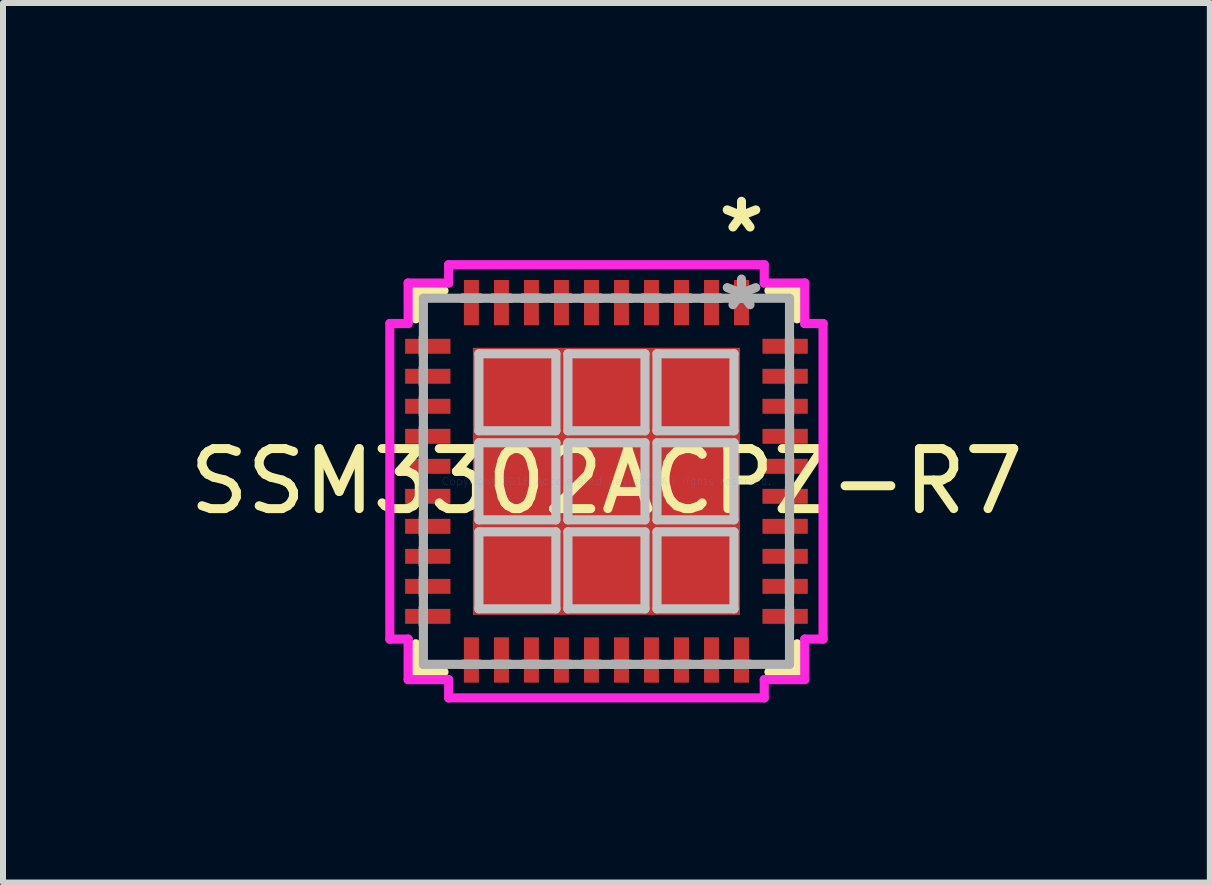
<source format=kicad_pcb>
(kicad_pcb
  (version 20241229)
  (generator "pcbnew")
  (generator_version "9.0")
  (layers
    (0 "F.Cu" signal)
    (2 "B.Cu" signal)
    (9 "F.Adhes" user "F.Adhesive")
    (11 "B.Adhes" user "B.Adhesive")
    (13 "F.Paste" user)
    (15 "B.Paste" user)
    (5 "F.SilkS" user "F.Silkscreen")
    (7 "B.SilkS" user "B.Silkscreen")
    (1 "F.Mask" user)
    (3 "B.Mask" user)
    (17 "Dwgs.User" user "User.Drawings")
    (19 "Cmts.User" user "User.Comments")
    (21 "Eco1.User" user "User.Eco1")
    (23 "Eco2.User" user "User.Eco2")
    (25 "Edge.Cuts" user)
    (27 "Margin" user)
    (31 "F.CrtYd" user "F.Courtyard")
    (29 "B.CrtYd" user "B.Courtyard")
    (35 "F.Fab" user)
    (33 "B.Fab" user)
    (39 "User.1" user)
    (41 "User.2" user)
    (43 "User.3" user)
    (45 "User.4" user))
  (footprint "SSM3302ACPZ-R7"
    (layer "F.Cu")
    (at 7.054 4.969)
    (property "Reference" "SSM3302ACPZ-R7" (at 0 0 0) (layer "F.SilkS") (effects (font (size 1 1) (thickness 0.15))))
    (attr through_hole)
    (fp_line (start -3.177 -3.177) (end -3.177 -2.707) (stroke (width 0.152) (type solid)) (layer "F.SilkS"))
    (fp_line (start -3.177 2.707) (end -3.177 3.177) (stroke (width 0.152) (type solid)) (layer "F.SilkS"))
    (fp_line (start -3.177 3.177) (end -2.707 3.177) (stroke (width 0.152) (type solid)) (layer "F.SilkS"))
    (fp_line (start -2.707 -3.177) (end -3.177 -3.177) (stroke (width 0.152) (type solid)) (layer "F.SilkS"))
    (fp_line (start 2.707 3.177) (end 3.177 3.177) (stroke (width 0.152) (type solid)) (layer "F.SilkS"))
    (fp_line (start 3.177 -3.177) (end 2.707 -3.177) (stroke (width 0.152) (type solid)) (layer "F.SilkS"))
    (fp_line (start 3.177 -2.707) (end 3.177 -3.177) (stroke (width 0.152) (type solid)) (layer "F.SilkS"))
    (fp_line (start 3.177 3.177) (end 3.177 2.707) (stroke (width 0.152) (type solid)) (layer "F.SilkS"))
    (fp_line (start -2.125 -2.125) (end -2.125 -0.842) (stroke (width 0.152) (type solid)) (layer "Dwgs.User"))
    (fp_line (start -2.125 -0.842) (end -0.842 -0.842) (stroke (width 0.152) (type solid)) (layer "Dwgs.User"))
    (fp_line (start -2.125 -0.642) (end -2.125 0.642) (stroke (width 0.152) (type solid)) (layer "Dwgs.User"))
    (fp_line (start -2.125 0.642) (end -0.842 0.642) (stroke (width 0.152) (type solid)) (layer "Dwgs.User"))
    (fp_line (start -2.125 0.842) (end -2.125 2.125) (stroke (width 0.152) (type solid)) (layer "Dwgs.User"))
    (fp_line (start -2.125 2.125) (end -0.842 2.125) (stroke (width 0.152) (type solid)) (layer "Dwgs.User"))
    (fp_line (start -0.842 -2.125) (end -2.125 -2.125) (stroke (width 0.152) (type solid)) (layer "Dwgs.User"))
    (fp_line (start -0.842 -0.842) (end -0.842 -2.125) (stroke (width 0.152) (type solid)) (layer "Dwgs.User"))
    (fp_line (start -0.842 -0.642) (end -2.125 -0.642) (stroke (width 0.152) (type solid)) (layer "Dwgs.User"))
    (fp_line (start -0.842 0.642) (end -0.842 -0.642) (stroke (width 0.152) (type solid)) (layer "Dwgs.User"))
    (fp_line (start -0.842 0.842) (end -2.125 0.842) (stroke (width 0.152) (type solid)) (layer "Dwgs.User"))
    (fp_line (start -0.842 2.125) (end -0.842 0.842) (stroke (width 0.152) (type solid)) (layer "Dwgs.User"))
    (fp_line (start -0.642 -2.125) (end -0.642 -0.842) (stroke (width 0.152) (type solid)) (layer "Dwgs.User"))
    (fp_line (start -0.642 -0.842) (end 0.642 -0.842) (stroke (width 0.152) (type solid)) (layer "Dwgs.User"))
    (fp_line (start -0.642 -0.642) (end -0.642 0.642) (stroke (width 0.152) (type solid)) (layer "Dwgs.User"))
    (fp_line (start -0.642 0.642) (end 0.642 0.642) (stroke (width 0.152) (type solid)) (layer "Dwgs.User"))
    (fp_line (start -0.642 0.842) (end -0.642 2.125) (stroke (width 0.152) (type solid)) (layer "Dwgs.User"))
    (fp_line (start -0.642 2.125) (end 0.642 2.125) (stroke (width 0.152) (type solid)) (layer "Dwgs.User"))
    (fp_line (start 0.642 -2.125) (end -0.642 -2.125) (stroke (width 0.152) (type solid)) (layer "Dwgs.User"))
    (fp_line (start 0.642 -0.842) (end 0.642 -2.125) (stroke (width 0.152) (type solid)) (layer "Dwgs.User"))
    (fp_line (start 0.642 -0.642) (end -0.642 -0.642) (stroke (width 0.152) (type solid)) (layer "Dwgs.User"))
    (fp_line (start 0.642 0.642) (end 0.642 -0.642) (stroke (width 0.152) (type solid)) (layer "Dwgs.User"))
    (fp_line (start 0.642 0.842) (end -0.642 0.842) (stroke (width 0.152) (type solid)) (layer "Dwgs.User"))
    (fp_line (start 0.642 2.125) (end 0.642 0.842) (stroke (width 0.152) (type solid)) (layer "Dwgs.User"))
    (fp_line (start 0.842 -2.125) (end 0.842 -0.842) (stroke (width 0.152) (type solid)) (layer "Dwgs.User"))
    (fp_line (start 0.842 -0.842) (end 2.125 -0.842) (stroke (width 0.152) (type solid)) (layer "Dwgs.User"))
    (fp_line (start 0.842 -0.642) (end 0.842 0.642) (stroke (width 0.152) (type solid)) (layer "Dwgs.User"))
    (fp_line (start 0.842 0.642) (end 2.125 0.642) (stroke (width 0.152) (type solid)) (layer "Dwgs.User"))
    (fp_line (start 0.842 0.842) (end 0.842 2.125) (stroke (width 0.152) (type solid)) (layer "Dwgs.User"))
    (fp_line (start 0.842 2.125) (end 2.125 2.125) (stroke (width 0.152) (type solid)) (layer "Dwgs.User"))
    (fp_line (start 2.125 -2.125) (end 0.842 -2.125) (stroke (width 0.152) (type solid)) (layer "Dwgs.User"))
    (fp_line (start 2.125 -0.842) (end 2.125 -2.125) (stroke (width 0.152) (type solid)) (layer "Dwgs.User"))
    (fp_line (start 2.125 -0.642) (end 0.842 -0.642) (stroke (width 0.152) (type solid)) (layer "Dwgs.User"))
    (fp_line (start 2.125 0.642) (end 2.125 -0.642) (stroke (width 0.152) (type solid)) (layer "Dwgs.User"))
    (fp_line (start 2.125 0.842) (end 0.842 0.842) (stroke (width 0.152) (type solid)) (layer "Dwgs.User"))
    (fp_line (start 2.125 2.125) (end 2.125 0.842) (stroke (width 0.152) (type solid)) (layer "Dwgs.User"))
    (fp_line (start -3.609 -2.629) (end -3.304 -2.629) (stroke (width 0.152) (type solid)) (layer "F.CrtYd"))
    (fp_line (start -3.609 2.629) (end -3.609 -2.629) (stroke (width 0.152) (type solid)) (layer "F.CrtYd"))
    (fp_line (start -3.304 -3.304) (end -2.629 -3.304) (stroke (width 0.152) (type solid)) (layer "F.CrtYd"))
    (fp_line (start -3.304 -2.629) (end -3.304 -3.304) (stroke (width 0.152) (type solid)) (layer "F.CrtYd"))
    (fp_line (start -3.304 2.629) (end -3.609 2.629) (stroke (width 0.152) (type solid)) (layer "F.CrtYd"))
    (fp_line (start -3.304 3.304) (end -3.304 2.629) (stroke (width 0.152) (type solid)) (layer "F.CrtYd"))
    (fp_line (start -2.629 -3.609) (end 2.629 -3.609) (stroke (width 0.152) (type solid)) (layer "F.CrtYd"))
    (fp_line (start -2.629 -3.304) (end -2.629 -3.609) (stroke (width 0.152) (type solid)) (layer "F.CrtYd"))
    (fp_line (start -2.629 3.304) (end -3.304 3.304) (stroke (width 0.152) (type solid)) (layer "F.CrtYd"))
    (fp_line (start -2.629 3.609) (end -2.629 3.304) (stroke (width 0.152) (type solid)) (layer "F.CrtYd"))
    (fp_line (start 2.629 -3.609) (end 2.629 -3.304) (stroke (width 0.152) (type solid)) (layer "F.CrtYd"))
    (fp_line (start 2.629 -3.304) (end 3.304 -3.304) (stroke (width 0.152) (type solid)) (layer "F.CrtYd"))
    (fp_line (start 2.629 3.304) (end 2.629 3.609) (stroke (width 0.152) (type solid)) (layer "F.CrtYd"))
    (fp_line (start 2.629 3.609) (end -2.629 3.609) (stroke (width 0.152) (type solid)) (layer "F.CrtYd"))
    (fp_line (start 3.304 -3.304) (end 3.304 -2.629) (stroke (width 0.152) (type solid)) (layer "F.CrtYd"))
    (fp_line (start 3.304 -2.629) (end 3.609 -2.629) (stroke (width 0.152) (type solid)) (layer "F.CrtYd"))
    (fp_line (start 3.304 2.629) (end 3.304 3.304) (stroke (width 0.152) (type solid)) (layer "F.CrtYd"))
    (fp_line (start 3.304 3.304) (end 2.629 3.304) (stroke (width 0.152) (type solid)) (layer "F.CrtYd"))
    (fp_line (start 3.609 -2.629) (end 3.609 2.629) (stroke (width 0.152) (type solid)) (layer "F.CrtYd"))
    (fp_line (start 3.609 2.629) (end 3.304 2.629) (stroke (width 0.152) (type solid)) (layer "F.CrtYd"))
    (fp_line (start -3.05 -3.05) (end -3.05 3.05) (stroke (width 0.152) (type solid)) (layer "F.Fab"))
    (fp_line (start -3.05 -2.4) (end -3.05 -2.4) (stroke (width 0.152) (type solid)) (layer "F.Fab"))
    (fp_line (start -3.05 -2.4) (end -3.05 -2.1) (stroke (width 0.152) (type solid)) (layer "F.Fab"))
    (fp_line (start -3.05 -2.1) (end -3.05 -2.4) (stroke (width 0.152) (type solid)) (layer "F.Fab"))
    (fp_line (start -3.05 -2.1) (end -3.05 -2.1) (stroke (width 0.152) (type solid)) (layer "F.Fab"))
    (fp_line (start -3.05 -1.9) (end -3.05 -1.9) (stroke (width 0.152) (type solid)) (layer "F.Fab"))
    (fp_line (start -3.05 -1.9) (end -3.05 -1.6) (stroke (width 0.152) (type solid)) (layer "F.Fab"))
    (fp_line (start -3.05 -1.6) (end -3.05 -1.9) (stroke (width 0.152) (type solid)) (layer "F.Fab"))
    (fp_line (start -3.05 -1.6) (end -3.05 -1.6) (stroke (width 0.152) (type solid)) (layer "F.Fab"))
    (fp_line (start -3.05 -1.4) (end -3.05 -1.4) (stroke (width 0.152) (type solid)) (layer "F.Fab"))
    (fp_line (start -3.05 -1.4) (end -3.05 -1.1) (stroke (width 0.152) (type solid)) (layer "F.Fab"))
    (fp_line (start -3.05 -1.1) (end -3.05 -1.4) (stroke (width 0.152) (type solid)) (layer "F.Fab"))
    (fp_line (start -3.05 -1.1) (end -3.05 -1.1) (stroke (width 0.152) (type solid)) (layer "F.Fab"))
    (fp_line (start -3.05 -0.9) (end -3.05 -0.9) (stroke (width 0.152) (type solid)) (layer "F.Fab"))
    (fp_line (start -3.05 -0.9) (end -3.05 -0.6) (stroke (width 0.152) (type solid)) (layer "F.Fab"))
    (fp_line (start -3.05 -0.6) (end -3.05 -0.9) (stroke (width 0.152) (type solid)) (layer "F.Fab"))
    (fp_line (start -3.05 -0.6) (end -3.05 -0.6) (stroke (width 0.152) (type solid)) (layer "F.Fab"))
    (fp_line (start -3.05 -0.4) (end -3.05 -0.4) (stroke (width 0.152) (type solid)) (layer "F.Fab"))
    (fp_line (start -3.05 -0.4) (end -3.05 -0.1) (stroke (width 0.152) (type solid)) (layer "F.Fab"))
    (fp_line (start -3.05 -0.1) (end -3.05 -0.4) (stroke (width 0.152) (type solid)) (layer "F.Fab"))
    (fp_line (start -3.05 -0.1) (end -3.05 -0.1) (stroke (width 0.152) (type solid)) (layer "F.Fab"))
    (fp_line (start -3.05 0.1) (end -3.05 0.1) (stroke (width 0.152) (type solid)) (layer "F.Fab"))
    (fp_line (start -3.05 0.1) (end -3.05 0.4) (stroke (width 0.152) (type solid)) (layer "F.Fab"))
    (fp_line (start -3.05 0.4) (end -3.05 0.1) (stroke (width 0.152) (type solid)) (layer "F.Fab"))
    (fp_line (start -3.05 0.4) (end -3.05 0.4) (stroke (width 0.152) (type solid)) (layer "F.Fab"))
    (fp_line (start -3.05 0.6) (end -3.05 0.6) (stroke (width 0.152) (type solid)) (layer "F.Fab"))
    (fp_line (start -3.05 0.6) (end -3.05 0.9) (stroke (width 0.152) (type solid)) (layer "F.Fab"))
    (fp_line (start -3.05 0.9) (end -3.05 0.6) (stroke (width 0.152) (type solid)) (layer "F.Fab"))
    (fp_line (start -3.05 0.9) (end -3.05 0.9) (stroke (width 0.152) (type solid)) (layer "F.Fab"))
    (fp_line (start -3.05 1.1) (end -3.05 1.1) (stroke (width 0.152) (type solid)) (layer "F.Fab"))
    (fp_line (start -3.05 1.1) (end -3.05 1.4) (stroke (width 0.152) (type solid)) (layer "F.Fab"))
    (fp_line (start -3.05 1.4) (end -3.05 1.1) (stroke (width 0.152) (type solid)) (layer "F.Fab"))
    (fp_line (start -3.05 1.4) (end -3.05 1.4) (stroke (width 0.152) (type solid)) (layer "F.Fab"))
    (fp_line (start -3.05 1.6) (end -3.05 1.6) (stroke (width 0.152) (type solid)) (layer "F.Fab"))
    (fp_line (start -3.05 1.6) (end -3.05 1.9) (stroke (width 0.152) (type solid)) (layer "F.Fab"))
    (fp_line (start -3.05 1.9) (end -3.05 1.6) (stroke (width 0.152) (type solid)) (layer "F.Fab"))
    (fp_line (start -3.05 1.9) (end -3.05 1.9) (stroke (width 0.152) (type solid)) (layer "F.Fab"))
    (fp_line (start -3.05 2.1) (end -3.05 2.1) (stroke (width 0.152) (type solid)) (layer "F.Fab"))
    (fp_line (start -3.05 2.1) (end -3.05 2.4) (stroke (width 0.152) (type solid)) (layer "F.Fab"))
    (fp_line (start -3.05 2.4) (end -3.05 2.1) (stroke (width 0.152) (type solid)) (layer "F.Fab"))
    (fp_line (start -3.05 2.4) (end -3.05 2.4) (stroke (width 0.152) (type solid)) (layer "F.Fab"))
    (fp_line (start -3.05 3.05) (end 3.05 3.05) (stroke (width 0.152) (type solid)) (layer "F.Fab"))
    (fp_line (start -2.4 -3.05) (end -2.4 -3.05) (stroke (width 0.152) (type solid)) (layer "F.Fab"))
    (fp_line (start -2.4 -3.05) (end -2.1 -3.05) (stroke (width 0.152) (type solid)) (layer "F.Fab"))
    (fp_line (start -2.4 3.05) (end -2.4 3.05) (stroke (width 0.152) (type solid)) (layer "F.Fab"))
    (fp_line (start -2.4 3.05) (end -2.1 3.05) (stroke (width 0.152) (type solid)) (layer "F.Fab"))
    (fp_line (start -2.1 -3.05) (end -2.4 -3.05) (stroke (width 0.152) (type solid)) (layer "F.Fab"))
    (fp_line (start -2.1 -3.05) (end -2.1 -3.05) (stroke (width 0.152) (type solid)) (layer "F.Fab"))
    (fp_line (start -2.1 3.05) (end -2.4 3.05) (stroke (width 0.152) (type solid)) (layer "F.Fab"))
    (fp_line (start -2.1 3.05) (end -2.1 3.05) (stroke (width 0.152) (type solid)) (layer "F.Fab"))
    (fp_line (start -1.9 -3.05) (end -1.9 -3.05) (stroke (width 0.152) (type solid)) (layer "F.Fab"))
    (fp_line (start -1.9 -3.05) (end -1.6 -3.05) (stroke (width 0.152) (type solid)) (layer "F.Fab"))
    (fp_line (start -1.9 3.05) (end -1.9 3.05) (stroke (width 0.152) (type solid)) (layer "F.Fab"))
    (fp_line (start -1.9 3.05) (end -1.6 3.05) (stroke (width 0.152) (type solid)) (layer "F.Fab"))
    (fp_line (start -1.6 -3.05) (end -1.9 -3.05) (stroke (width 0.152) (type solid)) (layer "F.Fab"))
    (fp_line (start -1.6 -3.05) (end -1.6 -3.05) (stroke (width 0.152) (type solid)) (layer "F.Fab"))
    (fp_line (start -1.6 3.05) (end -1.9 3.05) (stroke (width 0.152) (type solid)) (layer "F.Fab"))
    (fp_line (start -1.6 3.05) (end -1.6 3.05) (stroke (width 0.152) (type solid)) (layer "F.Fab"))
    (fp_line (start -1.4 -3.05) (end -1.4 -3.05) (stroke (width 0.152) (type solid)) (layer "F.Fab"))
    (fp_line (start -1.4 -3.05) (end -1.1 -3.05) (stroke (width 0.152) (type solid)) (layer "F.Fab"))
    (fp_line (start -1.4 3.05) (end -1.4 3.05) (stroke (width 0.152) (type solid)) (layer "F.Fab"))
    (fp_line (start -1.4 3.05) (end -1.1 3.05) (stroke (width 0.152) (type solid)) (layer "F.Fab"))
    (fp_line (start -1.1 -3.05) (end -1.4 -3.05) (stroke (width 0.152) (type solid)) (layer "F.Fab"))
    (fp_line (start -1.1 -3.05) (end -1.1 -3.05) (stroke (width 0.152) (type solid)) (layer "F.Fab"))
    (fp_line (start -1.1 3.05) (end -1.4 3.05) (stroke (width 0.152) (type solid)) (layer "F.Fab"))
    (fp_line (start -1.1 3.05) (end -1.1 3.05) (stroke (width 0.152) (type solid)) (layer "F.Fab"))
    (fp_line (start -0.9 -3.05) (end -0.9 -3.05) (stroke (width 0.152) (type solid)) (layer "F.Fab"))
    (fp_line (start -0.9 -3.05) (end -0.6 -3.05) (stroke (width 0.152) (type solid)) (layer "F.Fab"))
    (fp_line (start -0.9 3.05) (end -0.9 3.05) (stroke (width 0.152) (type solid)) (layer "F.Fab"))
    (fp_line (start -0.9 3.05) (end -0.6 3.05) (stroke (width 0.152) (type solid)) (layer "F.Fab"))
    (fp_line (start -0.6 -3.05) (end -0.9 -3.05) (stroke (width 0.152) (type solid)) (layer "F.Fab"))
    (fp_line (start -0.6 -3.05) (end -0.6 -3.05) (stroke (width 0.152) (type solid)) (layer "F.Fab"))
    (fp_line (start -0.6 3.05) (end -0.9 3.05) (stroke (width 0.152) (type solid)) (layer "F.Fab"))
    (fp_line (start -0.6 3.05) (end -0.6 3.05) (stroke (width 0.152) (type solid)) (layer "F.Fab"))
    (fp_line (start -0.4 -3.05) (end -0.4 -3.05) (stroke (width 0.152) (type solid)) (layer "F.Fab"))
    (fp_line (start -0.4 -3.05) (end -0.1 -3.05) (stroke (width 0.152) (type solid)) (layer "F.Fab"))
    (fp_line (start -0.4 3.05) (end -0.4 3.05) (stroke (width 0.152) (type solid)) (layer "F.Fab"))
    (fp_line (start -0.4 3.05) (end -0.1 3.05) (stroke (width 0.152) (type solid)) (layer "F.Fab"))
    (fp_line (start -0.1 -3.05) (end -0.4 -3.05) (stroke (width 0.152) (type solid)) (layer "F.Fab"))
    (fp_line (start -0.1 -3.05) (end -0.1 -3.05) (stroke (width 0.152) (type solid)) (layer "F.Fab"))
    (fp_line (start -0.1 3.05) (end -0.4 3.05) (stroke (width 0.152) (type solid)) (layer "F.Fab"))
    (fp_line (start -0.1 3.05) (end -0.1 3.05) (stroke (width 0.152) (type solid)) (layer "F.Fab"))
    (fp_line (start 0.1 -3.05) (end 0.1 -3.05) (stroke (width 0.152) (type solid)) (layer "F.Fab"))
    (fp_line (start 0.1 -3.05) (end 0.4 -3.05) (stroke (width 0.152) (type solid)) (layer "F.Fab"))
    (fp_line (start 0.1 3.05) (end 0.1 3.05) (stroke (width 0.152) (type solid)) (layer "F.Fab"))
    (fp_line (start 0.1 3.05) (end 0.4 3.05) (stroke (width 0.152) (type solid)) (layer "F.Fab"))
    (fp_line (start 0.4 -3.05) (end 0.1 -3.05) (stroke (width 0.152) (type solid)) (layer "F.Fab"))
    (fp_line (start 0.4 -3.05) (end 0.4 -3.05) (stroke (width 0.152) (type solid)) (layer "F.Fab"))
    (fp_line (start 0.4 3.05) (end 0.1 3.05) (stroke (width 0.152) (type solid)) (layer "F.Fab"))
    (fp_line (start 0.4 3.05) (end 0.4 3.05) (stroke (width 0.152) (type solid)) (layer "F.Fab"))
    (fp_line (start 0.6 -3.05) (end 0.6 -3.05) (stroke (width 0.152) (type solid)) (layer "F.Fab"))
    (fp_line (start 0.6 -3.05) (end 0.9 -3.05) (stroke (width 0.152) (type solid)) (layer "F.Fab"))
    (fp_line (start 0.6 3.05) (end 0.6 3.05) (stroke (width 0.152) (type solid)) (layer "F.Fab"))
    (fp_line (start 0.6 3.05) (end 0.9 3.05) (stroke (width 0.152) (type solid)) (layer "F.Fab"))
    (fp_line (start 0.9 -3.05) (end 0.6 -3.05) (stroke (width 0.152) (type solid)) (layer "F.Fab"))
    (fp_line (start 0.9 -3.05) (end 0.9 -3.05) (stroke (width 0.152) (type solid)) (layer "F.Fab"))
    (fp_line (start 0.9 3.05) (end 0.6 3.05) (stroke (width 0.152) (type solid)) (layer "F.Fab"))
    (fp_line (start 0.9 3.05) (end 0.9 3.05) (stroke (width 0.152) (type solid)) (layer "F.Fab"))
    (fp_line (start 1.1 -3.05) (end 1.1 -3.05) (stroke (width 0.152) (type solid)) (layer "F.Fab"))
    (fp_line (start 1.1 -3.05) (end 1.4 -3.05) (stroke (width 0.152) (type solid)) (layer "F.Fab"))
    (fp_line (start 1.1 3.05) (end 1.1 3.05) (stroke (width 0.152) (type solid)) (layer "F.Fab"))
    (fp_line (start 1.1 3.05) (end 1.4 3.05) (stroke (width 0.152) (type solid)) (layer "F.Fab"))
    (fp_line (start 1.4 -3.05) (end 1.1 -3.05) (stroke (width 0.152) (type solid)) (layer "F.Fab"))
    (fp_line (start 1.4 -3.05) (end 1.4 -3.05) (stroke (width 0.152) (type solid)) (layer "F.Fab"))
    (fp_line (start 1.4 3.05) (end 1.1 3.05) (stroke (width 0.152) (type solid)) (layer "F.Fab"))
    (fp_line (start 1.4 3.05) (end 1.4 3.05) (stroke (width 0.152) (type solid)) (layer "F.Fab"))
    (fp_line (start 1.6 -3.05) (end 1.6 -3.05) (stroke (width 0.152) (type solid)) (layer "F.Fab"))
    (fp_line (start 1.6 -3.05) (end 1.9 -3.05) (stroke (width 0.152) (type solid)) (layer "F.Fab"))
    (fp_line (start 1.6 3.05) (end 1.6 3.05) (stroke (width 0.152) (type solid)) (layer "F.Fab"))
    (fp_line (start 1.6 3.05) (end 1.9 3.05) (stroke (width 0.152) (type solid)) (layer "F.Fab"))
    (fp_line (start 1.9 -3.05) (end 1.6 -3.05) (stroke (width 0.152) (type solid)) (layer "F.Fab"))
    (fp_line (start 1.9 -3.05) (end 1.9 -3.05) (stroke (width 0.152) (type solid)) (layer "F.Fab"))
    (fp_line (start 1.9 3.05) (end 1.6 3.05) (stroke (width 0.152) (type solid)) (layer "F.Fab"))
    (fp_line (start 1.9 3.05) (end 1.9 3.05) (stroke (width 0.152) (type solid)) (layer "F.Fab"))
    (fp_line (start 2.1 -3.05) (end 2.1 -3.05) (stroke (width 0.152) (type solid)) (layer "F.Fab"))
    (fp_line (start 2.1 -3.05) (end 2.4 -3.05) (stroke (width 0.152) (type solid)) (layer "F.Fab"))
    (fp_line (start 2.1 3.05) (end 2.1 3.05) (stroke (width 0.152) (type solid)) (layer "F.Fab"))
    (fp_line (start 2.1 3.05) (end 2.4 3.05) (stroke (width 0.152) (type solid)) (layer "F.Fab"))
    (fp_line (start 2.4 -3.05) (end 2.1 -3.05) (stroke (width 0.152) (type solid)) (layer "F.Fab"))
    (fp_line (start 2.4 -3.05) (end 2.4 -3.05) (stroke (width 0.152) (type solid)) (layer "F.Fab"))
    (fp_line (start 2.4 3.05) (end 2.1 3.05) (stroke (width 0.152) (type solid)) (layer "F.Fab"))
    (fp_line (start 2.4 3.05) (end 2.4 3.05) (stroke (width 0.152) (type solid)) (layer "F.Fab"))
    (fp_line (start 3.05 -3.05) (end -3.05 -3.05) (stroke (width 0.152) (type solid)) (layer "F.Fab"))
    (fp_line (start 3.05 -2.4) (end 3.05 -2.4) (stroke (width 0.152) (type solid)) (layer "F.Fab"))
    (fp_line (start 3.05 -2.4) (end 3.05 -2.1) (stroke (width 0.152) (type solid)) (layer "F.Fab"))
    (fp_line (start 3.05 -2.1) (end 3.05 -2.4) (stroke (width 0.152) (type solid)) (layer "F.Fab"))
    (fp_line (start 3.05 -2.1) (end 3.05 -2.1) (stroke (width 0.152) (type solid)) (layer "F.Fab"))
    (fp_line (start 3.05 -1.9) (end 3.05 -1.9) (stroke (width 0.152) (type solid)) (layer "F.Fab"))
    (fp_line (start 3.05 -1.9) (end 3.05 -1.6) (stroke (width 0.152) (type solid)) (layer "F.Fab"))
    (fp_line (start 3.05 -1.6) (end 3.05 -1.9) (stroke (width 0.152) (type solid)) (layer "F.Fab"))
    (fp_line (start 3.05 -1.6) (end 3.05 -1.6) (stroke (width 0.152) (type solid)) (layer "F.Fab"))
    (fp_line (start 3.05 -1.4) (end 3.05 -1.4) (stroke (width 0.152) (type solid)) (layer "F.Fab"))
    (fp_line (start 3.05 -1.4) (end 3.05 -1.1) (stroke (width 0.152) (type solid)) (layer "F.Fab"))
    (fp_line (start 3.05 -1.1) (end 3.05 -1.4) (stroke (width 0.152) (type solid)) (layer "F.Fab"))
    (fp_line (start 3.05 -1.1) (end 3.05 -1.1) (stroke (width 0.152) (type solid)) (layer "F.Fab"))
    (fp_line (start 3.05 -0.9) (end 3.05 -0.9) (stroke (width 0.152) (type solid)) (layer "F.Fab"))
    (fp_line (start 3.05 -0.9) (end 3.05 -0.6) (stroke (width 0.152) (type solid)) (layer "F.Fab"))
    (fp_line (start 3.05 -0.6) (end 3.05 -0.9) (stroke (width 0.152) (type solid)) (layer "F.Fab"))
    (fp_line (start 3.05 -0.6) (end 3.05 -0.6) (stroke (width 0.152) (type solid)) (layer "F.Fab"))
    (fp_line (start 3.05 -0.4) (end 3.05 -0.4) (stroke (width 0.152) (type solid)) (layer "F.Fab"))
    (fp_line (start 3.05 -0.4) (end 3.05 -0.1) (stroke (width 0.152) (type solid)) (layer "F.Fab"))
    (fp_line (start 3.05 -0.1) (end 3.05 -0.4) (stroke (width 0.152) (type solid)) (layer "F.Fab"))
    (fp_line (start 3.05 -0.1) (end 3.05 -0.1) (stroke (width 0.152) (type solid)) (layer "F.Fab"))
    (fp_line (start 3.05 0.1) (end 3.05 0.1) (stroke (width 0.152) (type solid)) (layer "F.Fab"))
    (fp_line (start 3.05 0.1) (end 3.05 0.4) (stroke (width 0.152) (type solid)) (layer "F.Fab"))
    (fp_line (start 3.05 0.4) (end 3.05 0.1) (stroke (width 0.152) (type solid)) (layer "F.Fab"))
    (fp_line (start 3.05 0.4) (end 3.05 0.4) (stroke (width 0.152) (type solid)) (layer "F.Fab"))
    (fp_line (start 3.05 0.6) (end 3.05 0.6) (stroke (width 0.152) (type solid)) (layer "F.Fab"))
    (fp_line (start 3.05 0.6) (end 3.05 0.9) (stroke (width 0.152) (type solid)) (layer "F.Fab"))
    (fp_line (start 3.05 0.9) (end 3.05 0.6) (stroke (width 0.152) (type solid)) (layer "F.Fab"))
    (fp_line (start 3.05 0.9) (end 3.05 0.9) (stroke (width 0.152) (type solid)) (layer "F.Fab"))
    (fp_line (start 3.05 1.1) (end 3.05 1.1) (stroke (width 0.152) (type solid)) (layer "F.Fab"))
    (fp_line (start 3.05 1.1) (end 3.05 1.4) (stroke (width 0.152) (type solid)) (layer "F.Fab"))
    (fp_line (start 3.05 1.4) (end 3.05 1.1) (stroke (width 0.152) (type solid)) (layer "F.Fab"))
    (fp_line (start 3.05 1.4) (end 3.05 1.4) (stroke (width 0.152) (type solid)) (layer "F.Fab"))
    (fp_line (start 3.05 1.6) (end 3.05 1.6) (stroke (width 0.152) (type solid)) (layer "F.Fab"))
    (fp_line (start 3.05 1.6) (end 3.05 1.9) (stroke (width 0.152) (type solid)) (layer "F.Fab"))
    (fp_line (start 3.05 1.9) (end 3.05 1.6) (stroke (width 0.152) (type solid)) (layer "F.Fab"))
    (fp_line (start 3.05 1.9) (end 3.05 1.9) (stroke (width 0.152) (type solid)) (layer "F.Fab"))
    (fp_line (start 3.05 2.1) (end 3.05 2.1) (stroke (width 0.152) (type solid)) (layer "F.Fab"))
    (fp_line (start 3.05 2.1) (end 3.05 2.4) (stroke (width 0.152) (type solid)) (layer "F.Fab"))
    (fp_line (start 3.05 2.4) (end 3.05 2.1) (stroke (width 0.152) (type solid)) (layer "F.Fab"))
    (fp_line (start 3.05 2.4) (end 3.05 2.4) (stroke (width 0.152) (type solid)) (layer "F.Fab"))
    (fp_line (start 3.05 3.05) (end 3.05 -3.05) (stroke (width 0.152) (type solid)) (layer "F.Fab"))
    (fp_text user "*" (at 2.25 -4.12 0) (layer "F.SilkS") (effects (font (size 1 1) (thickness 0.15))))
    (fp_text user "Copyright 2016 Accelerated Designs. All rights reserved." (at 0 0 0) (layer "Cmts.User") (effects (font (size 0.127 0.127) (thickness 0.002))))
    (fp_text user "*" (at 2.25 -2.825 0) (layer "F.Fab") (effects (font (size 1 1) (thickness 0.15))))
    (pad "1" smd rect (at 2.25 -2.977) (size 0.249 0.755) (layers "F.Cu" "F.Mask" "F.Paste"))
    (pad "2" smd rect (at 1.75 -2.977) (size 0.249 0.755) (layers "F.Cu" "F.Mask" "F.Paste"))
    (pad "3" smd rect (at 1.25 -2.977) (size 0.249 0.755) (layers "F.Cu" "F.Mask" "F.Paste"))
    (pad "4" smd rect (at 0.75 -2.977) (size 0.249 0.755) (layers "F.Cu" "F.Mask" "F.Paste"))
    (pad "5" smd rect (at 0.25 -2.977) (size 0.249 0.755) (layers "F.Cu" "F.Mask" "F.Paste"))
    (pad "6" smd rect (at -0.25 -2.977) (size 0.249 0.755) (layers "F.Cu" "F.Mask" "F.Paste"))
    (pad "7" smd rect (at -0.75 -2.977) (size 0.249 0.755) (layers "F.Cu" "F.Mask" "F.Paste"))
    (pad "8" smd rect (at -1.25 -2.977) (size 0.249 0.755) (layers "F.Cu" "F.Mask" "F.Paste"))
    (pad "9" smd rect (at -1.75 -2.977) (size 0.249 0.755) (layers "F.Cu" "F.Mask" "F.Paste"))
    (pad "10" smd rect (at -2.25 -2.977) (size 0.249 0.755) (layers "F.Cu" "F.Mask" "F.Paste"))
    (pad "11" smd rect (at -2.977 -2.25 90) (size 0.249 0.755) (layers "F.Cu" "F.Mask" "F.Paste"))
    (pad "12" smd rect (at -2.977 -1.75 90) (size 0.249 0.755) (layers "F.Cu" "F.Mask" "F.Paste"))
    (pad "13" smd rect (at -2.977 -1.25 90) (size 0.249 0.755) (layers "F.Cu" "F.Mask" "F.Paste"))
    (pad "14" smd rect (at -2.977 -0.75 90) (size 0.249 0.755) (layers "F.Cu" "F.Mask" "F.Paste"))
    (pad "15" smd rect (at -2.977 -0.25 90) (size 0.249 0.755) (layers "F.Cu" "F.Mask" "F.Paste"))
    (pad "16" smd rect (at -2.977 0.25 90) (size 0.249 0.755) (layers "F.Cu" "F.Mask" "F.Paste"))
    (pad "17" smd rect (at -2.977 0.75 90) (size 0.249 0.755) (layers "F.Cu" "F.Mask" "F.Paste"))
    (pad "18" smd rect (at -2.977 1.25 90) (size 0.249 0.755) (layers "F.Cu" "F.Mask" "F.Paste"))
    (pad "19" smd rect (at -2.977 1.75 90) (size 0.249 0.755) (layers "F.Cu" "F.Mask" "F.Paste"))
    (pad "20" smd rect (at -2.977 2.25 90) (size 0.249 0.755) (layers "F.Cu" "F.Mask" "F.Paste"))
    (pad "21" smd rect (at -2.25 2.977) (size 0.249 0.755) (layers "F.Cu" "F.Mask" "F.Paste"))
    (pad "22" smd rect (at -1.75 2.977) (size 0.249 0.755) (layers "F.Cu" "F.Mask" "F.Paste"))
    (pad "23" smd rect (at -1.25 2.977) (size 0.249 0.755) (layers "F.Cu" "F.Mask" "F.Paste"))
    (pad "24" smd rect (at -0.75 2.977) (size 0.249 0.755) (layers "F.Cu" "F.Mask" "F.Paste"))
    (pad "25" smd rect (at -0.25 2.977) (size 0.249 0.755) (layers "F.Cu" "F.Mask" "F.Paste"))
    (pad "26" smd rect (at 0.25 2.977) (size 0.249 0.755) (layers "F.Cu" "F.Mask" "F.Paste"))
    (pad "27" smd rect (at 0.75 2.977) (size 0.249 0.755) (layers "F.Cu" "F.Mask" "F.Paste"))
    (pad "28" smd rect (at 1.25 2.977) (size 0.249 0.755) (layers "F.Cu" "F.Mask" "F.Paste"))
    (pad "29" smd rect (at 1.75 2.977) (size 0.249 0.755) (layers "F.Cu" "F.Mask" "F.Paste"))
    (pad "30" smd rect (at 2.25 2.977) (size 0.249 0.755) (layers "F.Cu" "F.Mask" "F.Paste"))
    (pad "31" smd rect (at 2.977 2.25 90) (size 0.249 0.755) (layers "F.Cu" "F.Mask" "F.Paste"))
    (pad "32" smd rect (at 2.977 1.75 90) (size 0.249 0.755) (layers "F.Cu" "F.Mask" "F.Paste"))
    (pad "33" smd rect (at 2.977 1.25 90) (size 0.249 0.755) (layers "F.Cu" "F.Mask" "F.Paste"))
    (pad "34" smd rect (at 2.977 0.75 90) (size 0.249 0.755) (layers "F.Cu" "F.Mask" "F.Paste"))
    (pad "35" smd rect (at 2.977 0.25 90) (size 0.249 0.755) (layers "F.Cu" "F.Mask" "F.Paste"))
    (pad "36" smd rect (at 2.977 -0.25 90) (size 0.249 0.755) (layers "F.Cu" "F.Mask" "F.Paste"))
    (pad "37" smd rect (at 2.977 -0.75 90) (size 0.249 0.755) (layers "F.Cu" "F.Mask" "F.Paste"))
    (pad "38" smd rect (at 2.977 -1.25 90) (size 0.249 0.755) (layers "F.Cu" "F.Mask" "F.Paste"))
    (pad "39" smd rect (at 2.977 -1.75 90) (size 0.249 0.755) (layers "F.Cu" "F.Mask" "F.Paste"))
    (pad "40" smd rect (at 2.977 -2.25 90) (size 0.249 0.755) (layers "F.Cu" "F.Mask" "F.Paste"))
    (pad "HTAB" smd rect (at 0 0) (size 4.45 4.45) (layers "F.Cu" "F.Mask" "F.Paste")))
  (gr_rect
    (start -3 -3)
    (end 17.107 11.654)
    (stroke (width 0.1) (type default))
    (fill no)
    (layer "Edge.Cuts")))
</source>
